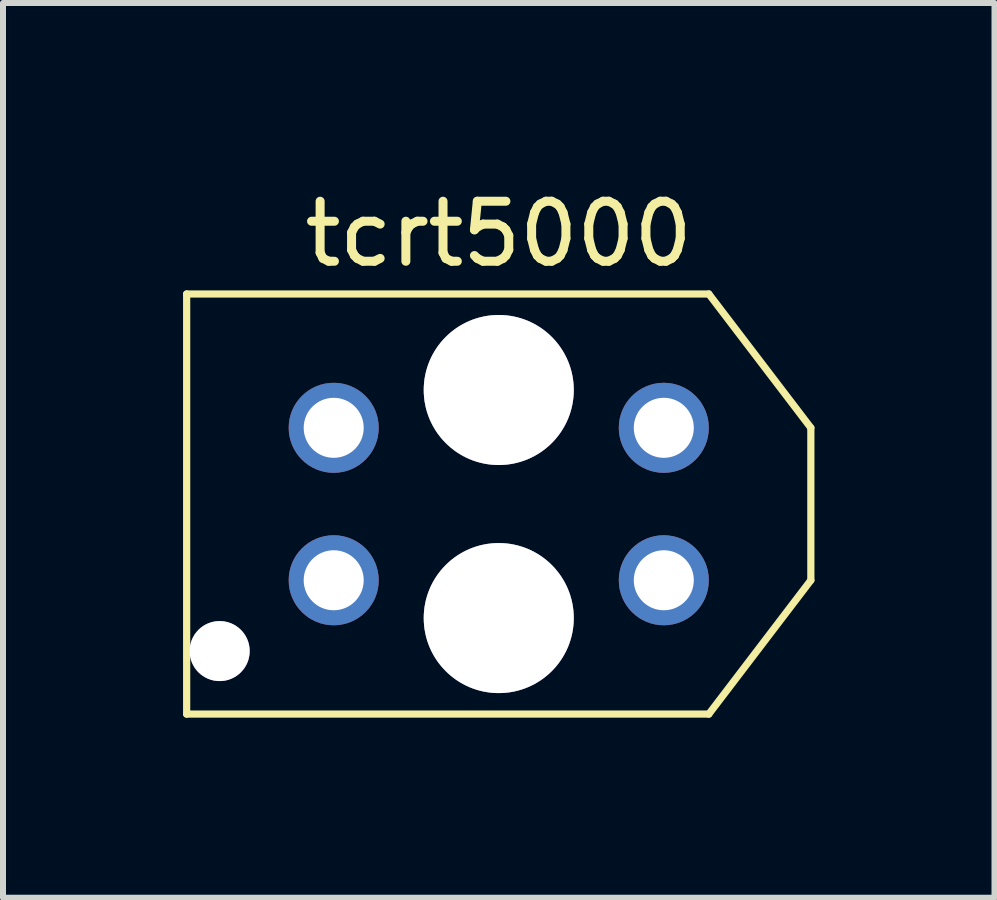
<source format=kicad_pcb>
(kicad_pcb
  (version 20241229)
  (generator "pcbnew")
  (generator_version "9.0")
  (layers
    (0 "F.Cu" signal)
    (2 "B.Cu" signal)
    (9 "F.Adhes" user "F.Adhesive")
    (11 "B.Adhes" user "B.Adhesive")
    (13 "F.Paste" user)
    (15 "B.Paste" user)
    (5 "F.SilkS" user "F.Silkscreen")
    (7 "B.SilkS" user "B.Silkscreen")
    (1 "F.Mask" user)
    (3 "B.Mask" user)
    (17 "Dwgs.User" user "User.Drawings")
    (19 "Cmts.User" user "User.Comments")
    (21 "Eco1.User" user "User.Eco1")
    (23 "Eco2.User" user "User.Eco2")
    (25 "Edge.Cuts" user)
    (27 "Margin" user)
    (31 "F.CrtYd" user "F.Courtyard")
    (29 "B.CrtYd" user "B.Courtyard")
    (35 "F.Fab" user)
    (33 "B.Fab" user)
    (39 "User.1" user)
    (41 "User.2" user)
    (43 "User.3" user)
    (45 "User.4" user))
  (footprint "tcrt5000"
    (layer "F.Cu")
    (at 5.26 5.348)
    (property "Reference" "tcrt5000" (at 0 -4.5 0) (layer "F.SilkS") (effects (font (size 1 1) (thickness 0.15))))
    (attr through_hole)
    (fp_line (start -5.2 -3.5) (end -5.2 3.5) (stroke (width 0.12) (type solid)) (layer "F.SilkS"))
    (fp_line (start -5.2 3.5) (end 3.5 3.5) (stroke (width 0.12) (type solid)) (layer "F.SilkS"))
    (fp_line (start 3.5 -3.5) (end -5.2 -3.5) (stroke (width 0.12) (type solid)) (layer "F.SilkS"))
    (fp_line (start 3.5 3.5) (end 5.2 1.27) (stroke (width 0.12) (type solid)) (layer "F.SilkS"))
    (fp_line (start 5.2 -1.27) (end 3.5 -3.5) (stroke (width 0.12) (type solid)) (layer "F.SilkS"))
    (fp_line (start 5.2 1.27) (end 5.2 -1.27) (stroke (width 0.12) (type solid)) (layer "F.SilkS"))
    (pad "1" thru_hole circle (at -2.75 -1.27) (size 1.5 1.5) (drill 1) (layers "*.Cu" "*.Mask"))
    (pad "2" thru_hole circle (at 2.75 -1.27) (size 1.5 1.5) (drill 1) (layers "*.Cu" "*.Mask"))
    (pad "3" thru_hole circle (at -2.75 1.27) (size 1.5 1.5) (drill 1) (layers "*.Cu" "*.Mask"))
    (pad "4" thru_hole circle (at 2.75 1.27) (size 1.5 1.5) (drill 1) (layers "*.Cu" "*.Mask"))
    (pad "5" thru_hole circle (at 0 -1.9) (size 2.5 2.5) (drill 2.5) (layers "*.Cu" "*.Mask"))
    (pad "6" thru_hole circle (at 0 1.9) (size 2.5 2.5) (drill 2.5) (layers "*.Cu" "*.Mask"))
    (pad "7" thru_hole circle (at -4.65 2.45) (size 1 1) (drill 1) (layers "*.Cu" "*.Mask")))
  (gr_rect
    (start -3 -3)
    (end 13.52 11.908)
    (stroke (width 0.1) (type default))
    (fill no)
    (layer "Edge.Cuts")))
</source>
